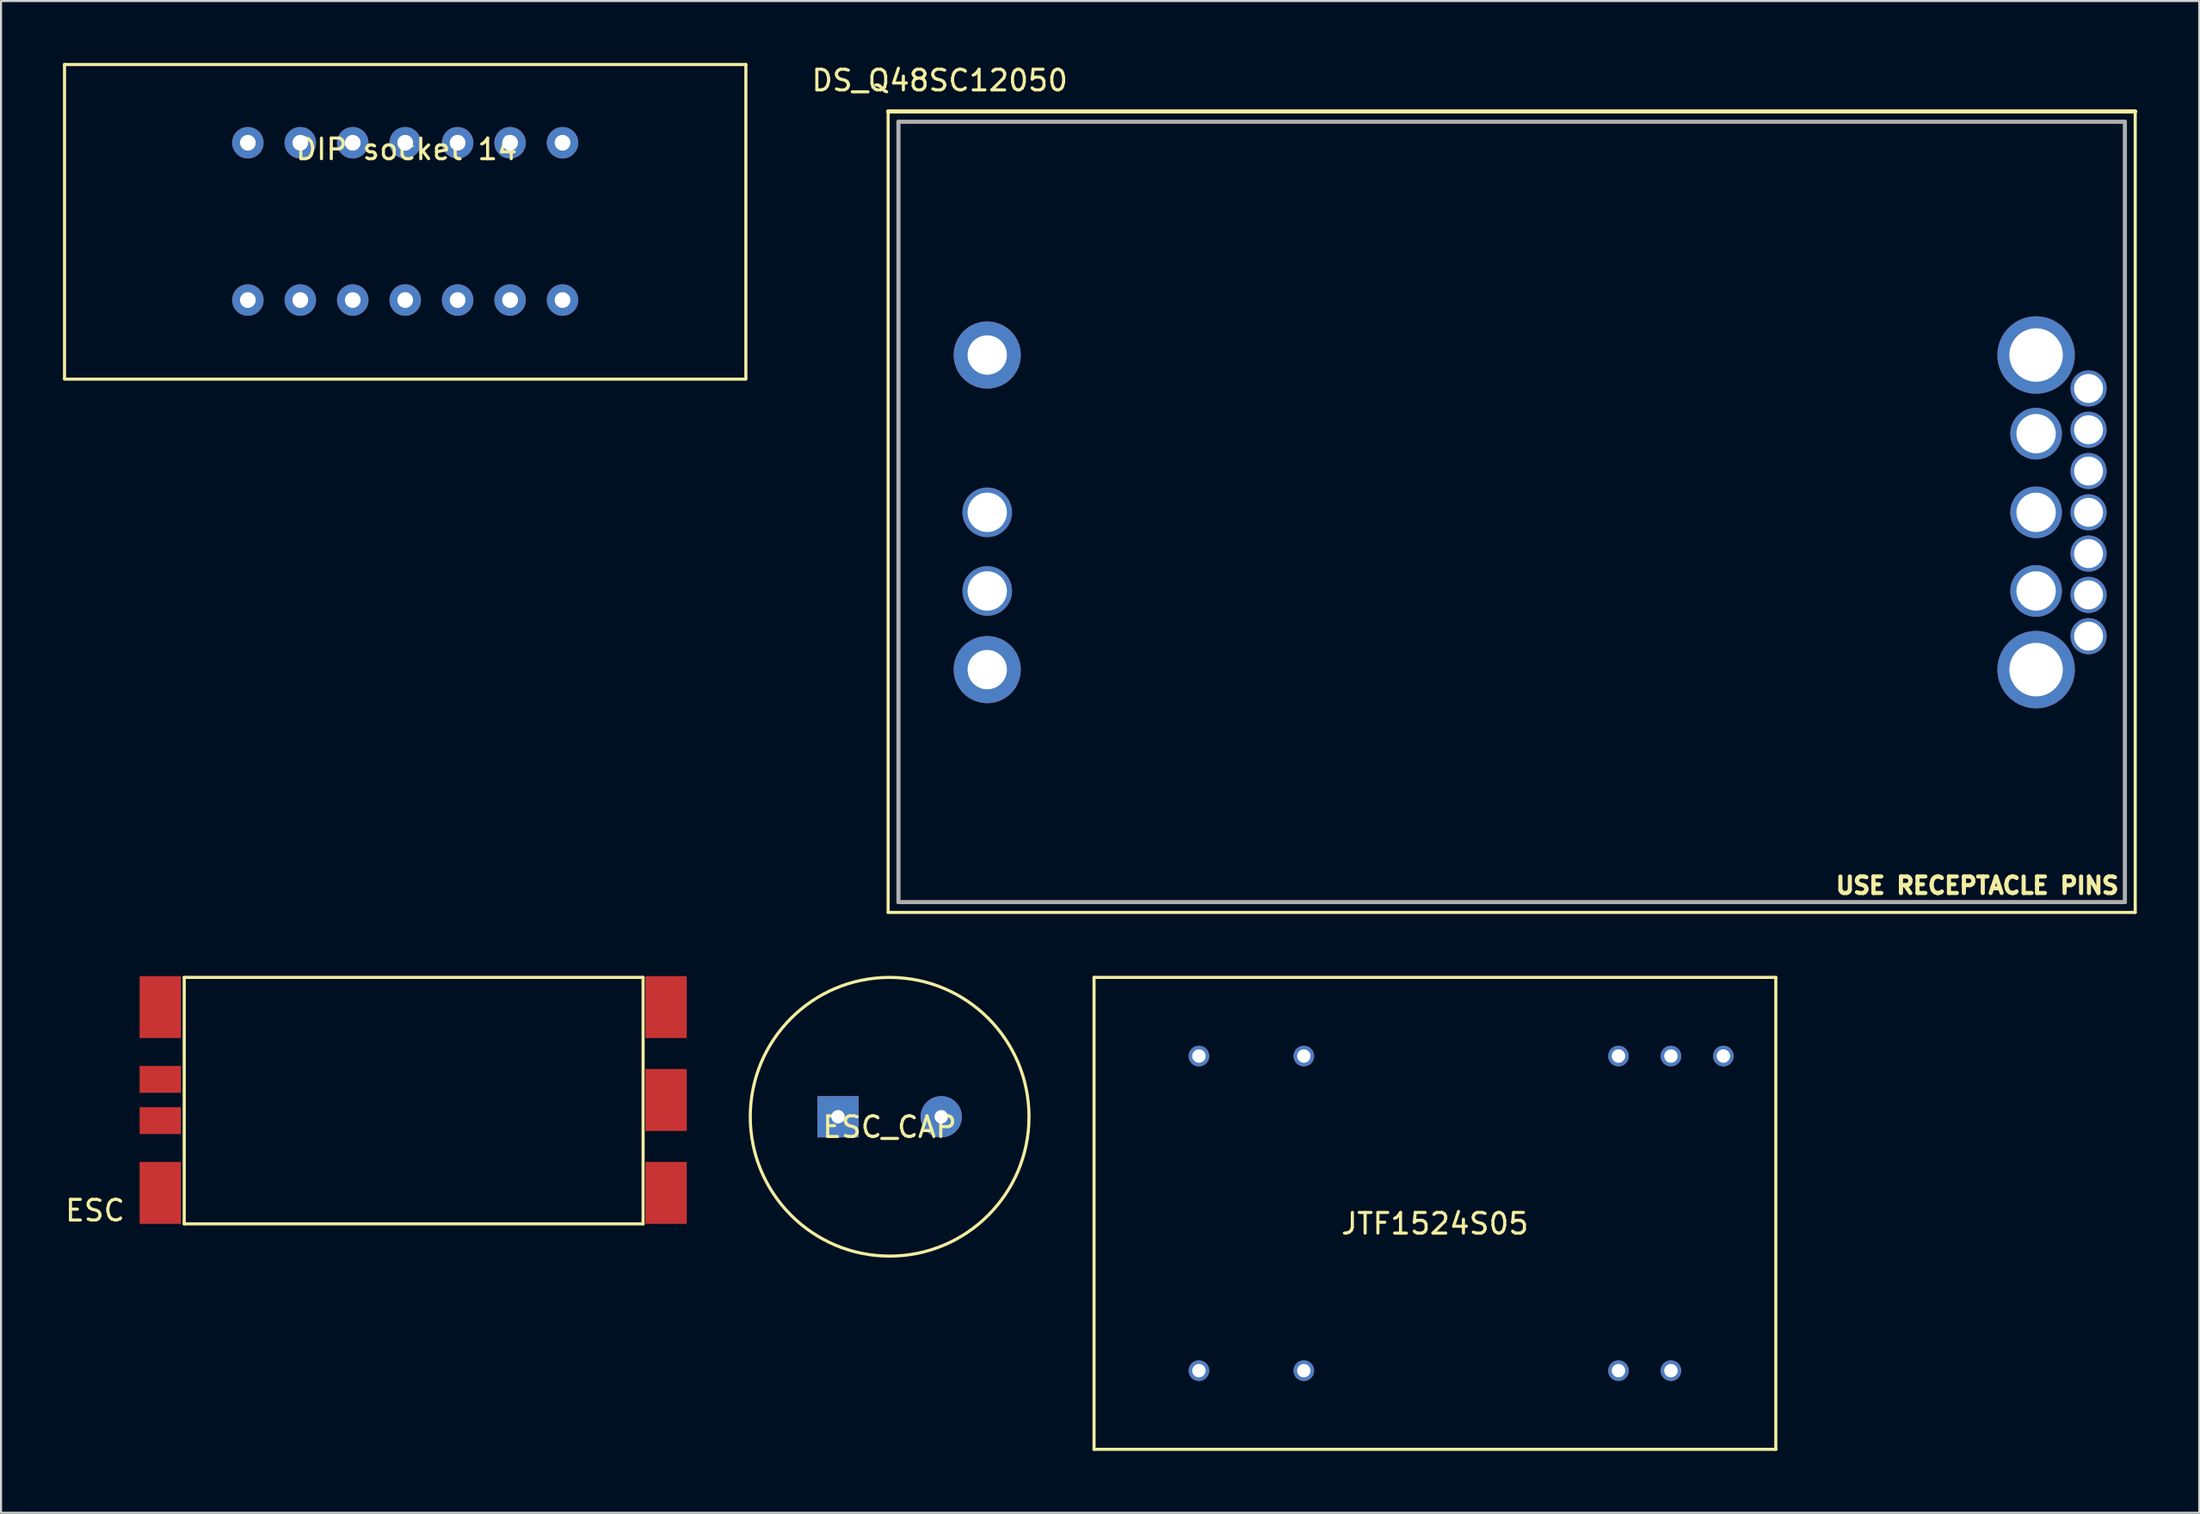
<source format=kicad_pcb>
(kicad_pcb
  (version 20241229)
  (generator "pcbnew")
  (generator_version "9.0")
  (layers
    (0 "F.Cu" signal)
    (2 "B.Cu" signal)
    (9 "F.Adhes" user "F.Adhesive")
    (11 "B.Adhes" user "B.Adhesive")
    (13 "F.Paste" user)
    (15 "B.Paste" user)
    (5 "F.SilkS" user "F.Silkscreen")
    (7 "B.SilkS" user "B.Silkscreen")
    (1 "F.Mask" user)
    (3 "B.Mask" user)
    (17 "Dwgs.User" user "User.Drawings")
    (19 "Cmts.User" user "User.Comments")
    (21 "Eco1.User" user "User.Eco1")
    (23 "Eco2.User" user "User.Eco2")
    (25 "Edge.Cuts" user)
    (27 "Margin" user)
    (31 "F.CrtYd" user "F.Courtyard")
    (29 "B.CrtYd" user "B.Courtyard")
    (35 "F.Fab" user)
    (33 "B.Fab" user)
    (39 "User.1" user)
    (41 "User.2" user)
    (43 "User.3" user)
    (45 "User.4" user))
  (footprint "DS_Q48SC12050"
    (layer "F.Cu")
    (at 40.465 2.848)
    (property "Reference" "DS_Q48SC12050" (at 2 -2 0) (layer "F.SilkS") (effects (font (size 1 1) (thickness 0.15))))
    (attr through_hole)
    (fp_line (start -0.5 -0.5) (end 59.9 -0.5) (stroke (width 0.2) (type solid)) (layer "F.SilkS"))
    (fp_line (start -0.5 38.3) (end -0.5 -0.5) (stroke (width 0.15) (type solid)) (layer "F.SilkS"))
    (fp_line (start 59.9 -0.5) (end 59.9 38.3) (stroke (width 0.15) (type solid)) (layer "F.SilkS"))
    (fp_line (start 59.9 38.3) (end -0.5 38.3) (stroke (width 0.15) (type solid)) (layer "F.SilkS"))
    (fp_line (start 0 0) (end 59.4 0) (stroke (width 0.2) (type solid)) (layer "F.Fab"))
    (fp_line (start 0 37.8) (end 0 0) (stroke (width 0.2) (type solid)) (layer "F.Fab"))
    (fp_line (start 59.4 0) (end 59.4 37.8) (stroke (width 0.2) (type solid)) (layer "F.Fab"))
    (fp_line (start 59.4 37.8) (end 0 37.8) (stroke (width 0.2) (type solid)) (layer "F.Fab"))
    (fp_text user "USE RECEPTACLE PINS" (at 52.25 37 0) (layer "F.SilkS") (effects (font (size 0.8 0.8) (thickness 0.2))))
    (pad "1" thru_hole circle (at 4.3 11.3) (size 3.25 3.25) (drill 1.905) (layers "*.Cu" "*.Mask"))
    (pad "2" thru_hole circle (at 4.3 18.92) (size 2.4 2.4) (drill 1.905) (layers "*.Cu" "*.Mask"))
    (pad "3" thru_hole circle (at 4.3 22.73) (size 2.4 2.4) (drill 1.905) (layers "*.Cu" "*.Mask"))
    (pad "4" thru_hole circle (at 4.3 26.54) (size 3.25 3.25) (drill 1.905) (layers "*.Cu" "*.Mask"))
    (pad "5" thru_hole circle (at 55.1 26.54) (size 3.75 3.75) (drill 2.59) (layers "*.Cu" "*.Mask"))
    (pad "6" thru_hole circle (at 55.1 22.73) (size 2.5 2.5) (drill 1.905) (layers "*.Cu" "*.Mask"))
    (pad "7" thru_hole circle (at 55.1 18.92) (size 2.5 2.5) (drill 1.905) (layers "*.Cu" "*.Mask"))
    (pad "8" thru_hole circle (at 55.1 15.11) (size 2.5 2.5) (drill 1.905) (layers "*.Cu" "*.Mask"))
    (pad "9" thru_hole circle (at 55.1 11.3) (size 3.75 3.75) (drill 2.59) (layers "*.Cu" "*.Mask"))
    (pad "10" thru_hole circle (at 57.64 24.92) (size 1.75 1.75) (drill 1.4) (layers "*.Cu" "*.Mask"))
    (pad "11" thru_hole circle (at 57.64 22.92) (size 1.75 1.75) (drill 1.4) (layers "*.Cu" "*.Mask"))
    (pad "12" thru_hole circle (at 57.64 20.92) (size 1.75 1.75) (drill 1.4) (layers "*.Cu" "*.Mask"))
    (pad "13" thru_hole circle (at 57.64 18.92) (size 1.75 1.75) (drill 1.4) (layers "*.Cu" "*.Mask"))
    (pad "14" thru_hole circle (at 57.64 16.92) (size 1.75 1.75) (drill 1.4) (layers "*.Cu" "*.Mask"))
    (pad "15" thru_hole circle (at 57.64 14.92) (size 1.75 1.75) (drill 1.4) (layers "*.Cu" "*.Mask"))
    (pad "16" thru_hole circle (at 57.64 12.92) (size 1.75 1.75) (drill 1.4) (layers "*.Cu" "*.Mask")))
  (footprint "DIP socket 14"
    (layer "F.Cu")
    (at 16.575 7.675)
    (property "Reference" "DIP socket 14" (at 0.064 -3.493 0) (layer "F.SilkS") (effects (font (size 1 1) (thickness 0.15))))
    (attr through_hole)
    (fp_line (start -16.5 -7.6) (end -16.5 7.6) (stroke (width 0.15) (type solid)) (layer "F.SilkS"))
    (fp_line (start -16.5 -7.6) (end 16.5 -7.6) (stroke (width 0.15) (type solid)) (layer "F.SilkS"))
    (fp_line (start -16.5 7.64) (end 16.5 7.64) (stroke (width 0.15) (type solid)) (layer "F.SilkS"))
    (fp_line (start 16.5 -7.6) (end 16.5 7.6) (stroke (width 0.15) (type solid)) (layer "F.SilkS"))
    (pad "1" thru_hole circle (at -7.62 3.81 90) (size 1.524 1.524) (drill 0.762) (layers "*.Cu" "*.Mask"))
    (pad "2" thru_hole circle (at -5.08 3.81 90) (size 1.524 1.524) (drill 0.762) (layers "*.Cu" "*.Mask"))
    (pad "3" thru_hole circle (at -2.54 3.81 90) (size 1.524 1.524) (drill 0.762) (layers "*.Cu" "*.Mask"))
    (pad "4" thru_hole circle (at 0 3.81 90) (size 1.524 1.524) (drill 0.762) (layers "*.Cu" "*.Mask"))
    (pad "5" thru_hole circle (at 2.54 3.81 90) (size 1.524 1.524) (drill 0.762) (layers "*.Cu" "*.Mask"))
    (pad "6" thru_hole circle (at 5.08 3.81 90) (size 1.524 1.524) (drill 0.762) (layers "*.Cu" "*.Mask"))
    (pad "7" thru_hole circle (at 7.62 3.81 90) (size 1.524 1.524) (drill 0.762) (layers "*.Cu" "*.Mask"))
    (pad "8" thru_hole circle (at 7.62 -3.81) (size 1.524 1.524) (drill 0.762) (layers "*.Cu" "*.Mask"))
    (pad "9" thru_hole circle (at 5.08 -3.81) (size 1.524 1.524) (drill 0.762) (layers "*.Cu" "*.Mask"))
    (pad "10" thru_hole circle (at 2.54 -3.81) (size 1.524 1.524) (drill 0.762) (layers "*.Cu" "*.Mask"))
    (pad "11" thru_hole circle (at 0 -3.81) (size 1.524 1.524) (drill 0.762) (layers "*.Cu" "*.Mask"))
    (pad "12" thru_hole circle (at -2.54 -3.81) (size 1.524 1.524) (drill 0.762) (layers "*.Cu" "*.Mask"))
    (pad "13" thru_hole circle (at -5.08 -3.81) (size 1.524 1.524) (drill 0.762) (layers "*.Cu" "*.Mask"))
    (pad "14" thru_hole circle (at -7.62 -3.81) (size 1.524 1.524) (drill 0.762) (layers "*.Cu" "*.Mask")))
  (footprint "JTF1524S05"
    (layer "F.Cu")
    (at 66.642 55.728)
    (property "Reference" "JTF1524S05" (at -0.194 0.5 0) (layer "F.SilkS") (effects (font (size 1 1) (thickness 0.15))))
    (attr through_hole)
    (fp_line (start -16.704 -11.43) (end -16.704 11.43) (stroke (width 0.15) (type solid)) (layer "F.SilkS"))
    (fp_line (start -16.704 11.43) (end 16.316 11.43) (stroke (width 0.15) (type solid)) (layer "F.SilkS"))
    (fp_line (start 16.316 -11.43) (end -16.704 -11.43) (stroke (width 0.15) (type solid)) (layer "F.SilkS"))
    (fp_line (start 16.316 11.43) (end 16.316 -11.43) (stroke (width 0.15) (type solid)) (layer "F.SilkS"))
    (pad "1" thru_hole circle (at 13.776 -7.62) (size 1 1) (drill 0.65) (layers "*.Cu" "*.Mask"))
    (pad "2" thru_hole circle (at 11.236 -7.62) (size 1 1) (drill 0.65) (layers "*.Cu" "*.Mask"))
    (pad "3" thru_hole circle (at 8.696 -7.62) (size 1 1) (drill 0.65) (layers "*.Cu" "*.Mask"))
    (pad "9" thru_hole circle (at -6.544 -7.62) (size 1 1) (drill 0.65) (layers "*.Cu" "*.Mask"))
    (pad "11" thru_hole circle (at -11.624 -7.62) (size 1 1) (drill 0.65) (layers "*.Cu" "*.Mask"))
    (pad "14" thru_hole circle (at -11.624 7.62) (size 1 1) (drill 0.65) (layers "*.Cu" "*.Mask"))
    (pad "16" thru_hole circle (at -6.544 7.62) (size 1 1) (drill 0.65) (layers "*.Cu" "*.Mask"))
    (pad "22" thru_hole circle (at 8.696 7.62) (size 1 1) (drill 0.65) (layers "*.Cu" "*.Mask"))
    (pad "23" thru_hole circle (at 11.236 7.62) (size 1 1) (drill 0.65) (layers "*.Cu" "*.Mask")))
  (footprint "ESC_CAP"
    (layer "F.Cu")
    (at 40.038 51.048)
    (property "Reference" "ESC_CAP" (at 0 0.5 0) (layer "F.SilkS") (effects (font (size 1 1) (thickness 0.15))))
    (attr through_hole)
    (fp_circle (center 0 0) (end 0 6.75) (stroke (width 0.15) (type solid)) (fill no) (layer "F.SilkS"))
    (pad "1" thru_hole rect (at -2.5 0) (size 2 2) (drill 0.65) (layers "*.Cu" "*.Mask"))
    (pad "2" thru_hole circle (at 2.5 0) (size 2 2) (drill 0.65) (layers "*.Cu" "*.Mask")))
  (footprint "ESC"
    (layer "F.Cu")
    (at 3.713 56.236)
    (property "Reference" "ESC" (at -2.159 -0.643 0) (layer "F.SilkS") (effects (font (size 1 1) (thickness 0.15))))
    (attr through_hole)
    (fp_line (start 2.159 -11.938) (end 2.159 0) (stroke (width 0.15) (type solid)) (layer "F.SilkS"))
    (fp_line (start 2.159 0) (end 24.384 0) (stroke (width 0.15) (type solid)) (layer "F.SilkS"))
    (fp_line (start 24.384 -11.938) (end 2.159 -11.938) (stroke (width 0.15) (type solid)) (layer "F.SilkS"))
    (fp_line (start 24.384 0) (end 24.384 -11.938) (stroke (width 0.15) (type solid)) (layer "F.SilkS"))
    (pad "1" smd rect (at 1 -10.5) (size 2 3) (layers "F.Cu" "F.Mask" "F.Paste"))
    (pad "2" smd rect (at 1 -7) (size 2 1.3) (layers "F.Cu" "F.Mask" "F.Paste"))
    (pad "3" smd rect (at 1 -5) (size 2 1.3) (layers "F.Cu" "F.Mask" "F.Paste"))
    (pad "4" smd rect (at 1 -1.5) (size 2 3) (layers "F.Cu" "F.Mask" "F.Paste"))
    (pad "5" smd rect (at 25.5 -10.5) (size 2 3) (layers "F.Cu" "F.Mask" "F.Paste"))
    (pad "6" smd rect (at 25.5 -6) (size 2 3) (layers "F.Cu" "F.Mask" "F.Paste"))
    (pad "7" smd rect (at 25.5 -1.5) (size 2 3) (layers "F.Cu" "F.Mask" "F.Paste")))
  (gr_rect
    (start -3 -3)
    (end 103.465 70.233)
    (stroke (width 0.1) (type default))
    (fill no)
    (layer "Edge.Cuts")))
</source>
